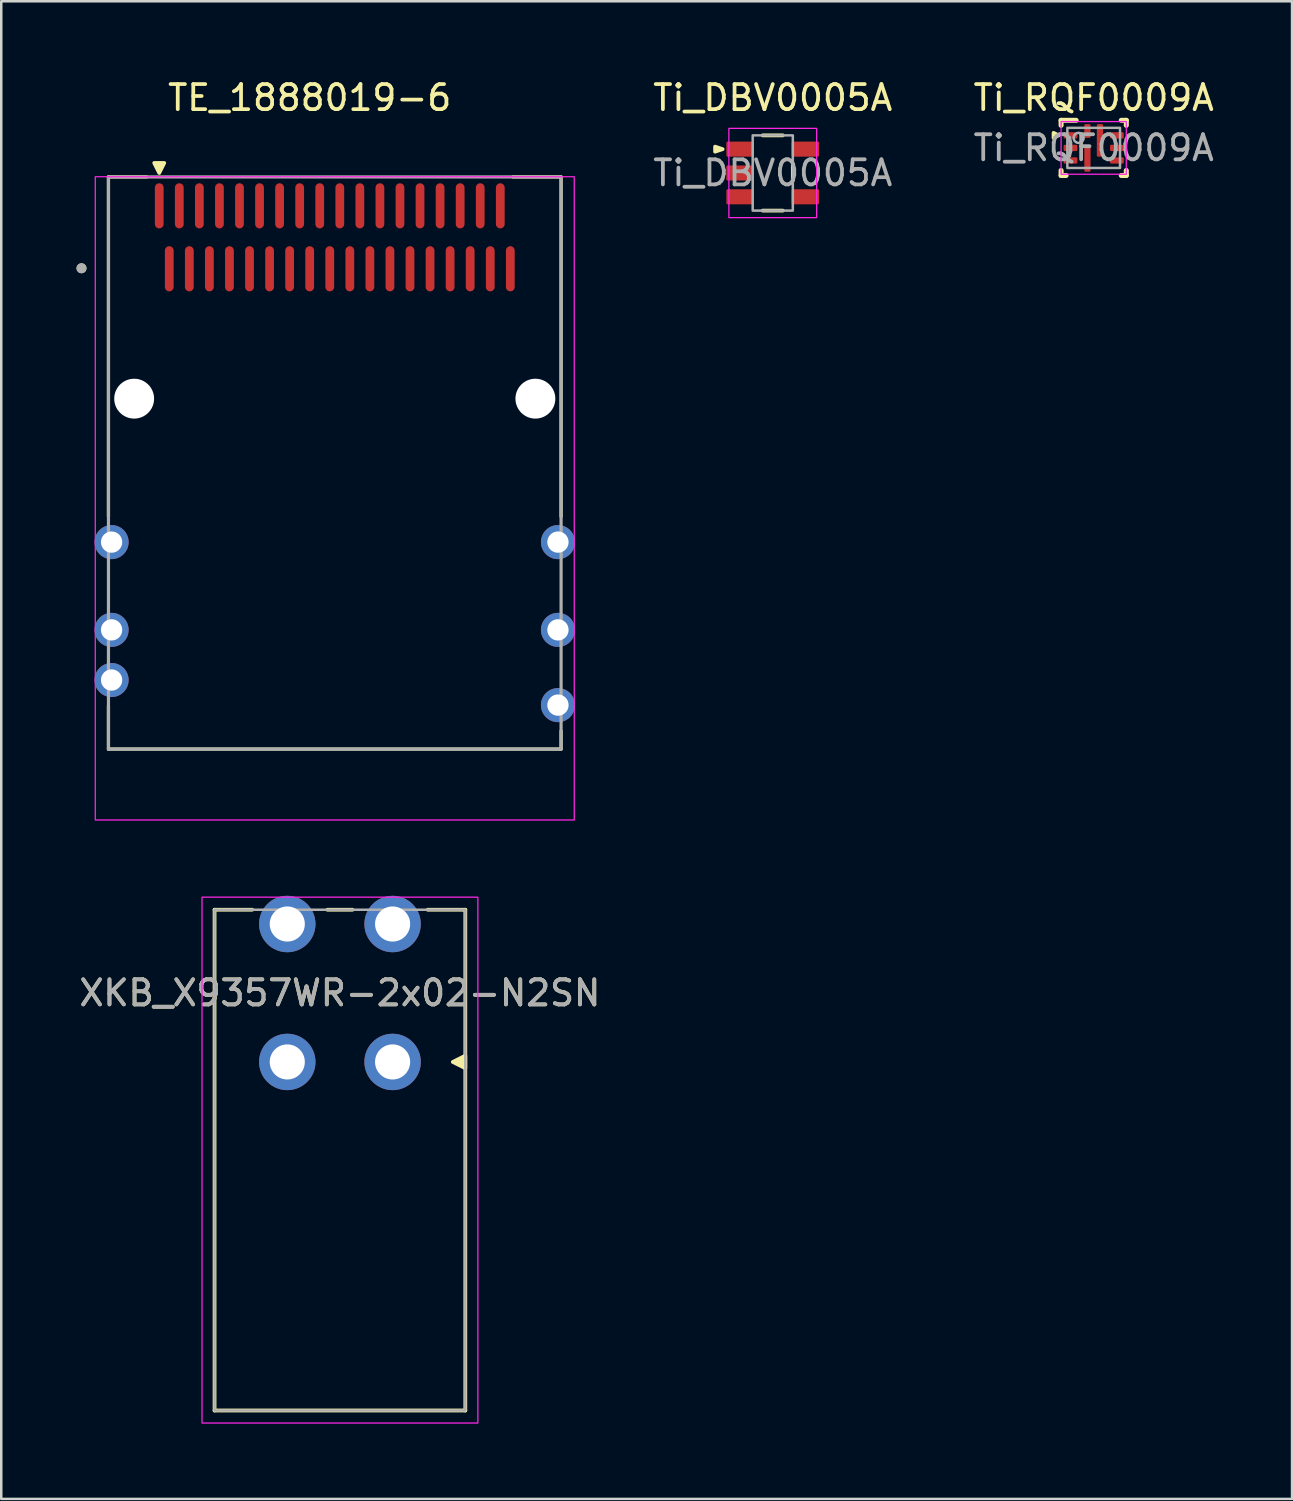
<source format=kicad_pcb>
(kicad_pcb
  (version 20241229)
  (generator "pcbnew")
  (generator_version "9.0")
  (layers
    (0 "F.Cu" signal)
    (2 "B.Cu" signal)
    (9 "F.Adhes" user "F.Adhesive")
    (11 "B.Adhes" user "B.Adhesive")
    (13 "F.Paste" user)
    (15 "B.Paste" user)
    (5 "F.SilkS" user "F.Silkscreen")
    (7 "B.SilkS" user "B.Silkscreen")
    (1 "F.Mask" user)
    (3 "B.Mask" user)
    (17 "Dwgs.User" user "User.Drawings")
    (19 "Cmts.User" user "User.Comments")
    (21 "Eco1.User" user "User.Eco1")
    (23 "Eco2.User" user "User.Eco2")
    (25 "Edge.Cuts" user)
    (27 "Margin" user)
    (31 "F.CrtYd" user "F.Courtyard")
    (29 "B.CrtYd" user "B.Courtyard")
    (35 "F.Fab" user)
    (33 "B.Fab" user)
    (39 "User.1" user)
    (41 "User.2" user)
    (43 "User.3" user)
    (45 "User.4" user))
  (footprint "XKB_X9357WR-2x02-N2SN"
    (layer "F.Cu")
    (at 10.506 36.548)
    (property "Reference" "XKB_X9357WR-2x02-N2SN" (at 0 0 0) (unlocked yes) (layer "F.SilkS") (effects (font (size 1 1) (thickness 0.15))))
    (attr through_hole)
    (fp_line (start -5 -3.32) (end -5 16.65) (stroke (width 0.15) (type default)) (layer "F.SilkS"))
    (fp_line (start -5 16.65) (end 5 16.65) (stroke (width 0.15) (type default)) (layer "F.SilkS"))
    (fp_line (start -3.5 -3.32) (end -5 -3.32) (stroke (width 0.15) (type default)) (layer "F.SilkS"))
    (fp_line (start -0.5 -3.32) (end 0.5 -3.32) (stroke (width 0.15) (type default)) (layer "F.SilkS"))
    (fp_line (start 5 -3.32) (end 3.5 -3.32) (stroke (width 0.15) (type default)) (layer "F.SilkS"))
    (fp_line (start 5 16.65) (end 5 -3.32) (stroke (width 0.15) (type default)) (layer "F.SilkS"))
    (fp_poly (pts (xy 5 2.5) (xy 4.5 2.75) (xy 5 3)) (stroke (width 0.15) (type solid)) (fill yes) (layer "F.SilkS"))
    (fp_rect (start -5.5 -3.82) (end 5.5 17.15) (stroke (width 0.05) (type default)) (fill no) (layer "F.CrtYd"))
    (fp_rect (start -5 -3.32) (end 5 16.65) (stroke (width 0.1) (type default)) (fill no) (layer "F.Fab"))
    (fp_text user "${REFERENCE}" (at 0 0 0) (unlocked yes) (layer "F.Fab") (effects (font (size 1 1) (thickness 0.15))))
    (pad "1" thru_hole circle (at 2.1 2.75) (size 2.25 2.25) (drill 1.4) (layers "*.Cu" "*.Mask"))
    (pad "2" thru_hole circle (at -2.1 2.75) (size 2.25 2.25) (drill 1.4) (layers "*.Cu" "*.Mask"))
    (pad "3" thru_hole circle (at 2.1 -2.75) (size 2.25 2.25) (drill 1.4) (layers "*.Cu" "*.Mask"))
    (pad "4" thru_hole circle (at -2.1 -2.75) (size 2.25 2.25) (drill 1.4) (layers "*.Cu" "*.Mask")))
  (footprint "TE_1888019-6"
    (layer "F.Cu")
    (at 10.3 12.848)
    (property "Reference" "TE_1888019-6" (at -1 -12 0) (layer "F.SilkS") (effects (font (size 1 1) (thickness 0.15))))
    (attr smd)
    (fp_line (start -9.025 -8.842) (end -7.5 -8.842) (stroke (width 0.127) (type solid)) (layer "F.SilkS"))
    (fp_line (start -9.025 4.7) (end -9.025 -8.842) (stroke (width 0.127) (type solid)) (layer "F.SilkS"))
    (fp_line (start -9.025 13.974) (end -9.025 12.25) (stroke (width 0.127) (type solid)) (layer "F.SilkS"))
    (fp_line (start 9.025 -8.842) (end 7.1 -8.842) (stroke (width 0.127) (type solid)) (layer "F.SilkS"))
    (fp_line (start 9.025 -8.842) (end 9.025 4.7) (stroke (width 0.127) (type solid)) (layer "F.SilkS"))
    (fp_line (start 9.025 13.25) (end 9.025 13.974) (stroke (width 0.127) (type solid)) (layer "F.SilkS"))
    (fp_line (start 9.025 13.974) (end -9.025 13.974) (stroke (width 0.127) (type solid)) (layer "F.SilkS"))
    (fp_circle (center -10.1 -5.2) (end -10 -5.2) (stroke (width 0.2) (type solid)) (fill no) (layer "F.SilkS"))
    (fp_poly (pts (xy -7 -9) (xy -6.8 -9.4) (xy -7.2 -9.4)) (stroke (width 0.15) (type solid)) (fill yes) (layer "F.SilkS"))
    (fp_rect (start -9.55 -8.85) (end 9.55 16.8) (stroke (width 0.05) (type default)) (fill no) (layer "F.CrtYd"))
    (fp_line (start -9.025 -8.842) (end 9.025 -8.842) (stroke (width 0.127) (type solid)) (layer "F.Fab"))
    (fp_line (start -9.025 13.974) (end -9.025 -8.842) (stroke (width 0.127) (type solid)) (layer "F.Fab"))
    (fp_line (start 9.025 -8.842) (end 9.025 13.974) (stroke (width 0.127) (type solid)) (layer "F.Fab"))
    (fp_line (start 9.025 13.974) (end -9.025 13.974) (stroke (width 0.127) (type solid)) (layer "F.Fab"))
    (fp_circle (center -10.1 -5.2) (end -10 -5.2) (stroke (width 0.2) (type solid)) (fill no) (layer "F.Fab"))
    (pad "" np_thru_hole circle (at -8 0) (size 1.59 1.59) (drill 1.59) (layers "*.Cu" "*.Mask"))
    (pad "" np_thru_hole circle (at 8 0) (size 1.59 1.59) (drill 1.59) (layers "*.Cu" "*.Mask"))
    (pad "A1" smd oval (at -6.6 -5.18) (size 0.35 1.8) (layers "F.Cu" "F.Mask" "F.Paste"))
    (pad "A2" smd oval (at -5.8 -5.18) (size 0.35 1.8) (layers "F.Cu" "F.Mask" "F.Paste"))
    (pad "A3" smd oval (at -5 -5.18) (size 0.35 1.8) (layers "F.Cu" "F.Mask" "F.Paste"))
    (pad "A4" smd oval (at -4.2 -5.18) (size 0.35 1.8) (layers "F.Cu" "F.Mask" "F.Paste"))
    (pad "A5" smd oval (at -3.4 -5.18) (size 0.35 1.8) (layers "F.Cu" "F.Mask" "F.Paste"))
    (pad "A6" smd oval (at -2.6 -5.18) (size 0.35 1.8) (layers "F.Cu" "F.Mask" "F.Paste"))
    (pad "A7" smd oval (at -1.8 -5.18) (size 0.35 1.8) (layers "F.Cu" "F.Mask" "F.Paste"))
    (pad "A8" smd oval (at -1 -5.18) (size 0.35 1.8) (layers "F.Cu" "F.Mask" "F.Paste"))
    (pad "A9" smd oval (at -0.2 -5.18) (size 0.35 1.8) (layers "F.Cu" "F.Mask" "F.Paste"))
    (pad "A10" smd oval (at 0.6 -5.18) (size 0.35 1.8) (layers "F.Cu" "F.Mask" "F.Paste"))
    (pad "A11" smd oval (at 1.4 -5.18) (size 0.35 1.8) (layers "F.Cu" "F.Mask" "F.Paste"))
    (pad "A12" smd oval (at 2.2 -5.18) (size 0.35 1.8) (layers "F.Cu" "F.Mask" "F.Paste"))
    (pad "A13" smd oval (at 3 -5.18) (size 0.35 1.8) (layers "F.Cu" "F.Mask" "F.Paste"))
    (pad "A14" smd oval (at 3.8 -5.18) (size 0.35 1.8) (layers "F.Cu" "F.Mask" "F.Paste"))
    (pad "A15" smd oval (at 4.6 -5.18) (size 0.35 1.8) (layers "F.Cu" "F.Mask" "F.Paste"))
    (pad "A16" smd oval (at 5.4 -5.18) (size 0.35 1.8) (layers "F.Cu" "F.Mask" "F.Paste"))
    (pad "A17" smd oval (at 6.2 -5.18) (size 0.35 1.8) (layers "F.Cu" "F.Mask" "F.Paste"))
    (pad "A18" smd oval (at 7 -5.18) (size 0.35 1.8) (layers "F.Cu" "F.Mask" "F.Paste"))
    (pad "B1" smd oval (at -7 -7.69) (size 0.35 1.8) (layers "F.Cu" "F.Mask" "F.Paste"))
    (pad "B2" smd oval (at -6.2 -7.69) (size 0.35 1.8) (layers "F.Cu" "F.Mask" "F.Paste"))
    (pad "B3" smd oval (at -5.4 -7.69) (size 0.35 1.8) (layers "F.Cu" "F.Mask" "F.Paste"))
    (pad "B4" smd oval (at -4.6 -7.69) (size 0.35 1.8) (layers "F.Cu" "F.Mask" "F.Paste"))
    (pad "B5" smd oval (at -3.8 -7.69) (size 0.35 1.8) (layers "F.Cu" "F.Mask" "F.Paste"))
    (pad "B6" smd oval (at -3 -7.69) (size 0.35 1.8) (layers "F.Cu" "F.Mask" "F.Paste"))
    (pad "B7" smd oval (at -2.2 -7.69) (size 0.35 1.8) (layers "F.Cu" "F.Mask" "F.Paste"))
    (pad "B8" smd oval (at -1.4 -7.69) (size 0.35 1.8) (layers "F.Cu" "F.Mask" "F.Paste"))
    (pad "B9" smd oval (at -0.6 -7.69) (size 0.35 1.8) (layers "F.Cu" "F.Mask" "F.Paste"))
    (pad "B10" smd oval (at 0.2 -7.69) (size 0.35 1.8) (layers "F.Cu" "F.Mask" "F.Paste"))
    (pad "B11" smd oval (at 1 -7.69) (size 0.35 1.8) (layers "F.Cu" "F.Mask" "F.Paste"))
    (pad "B12" smd oval (at 1.8 -7.69) (size 0.35 1.8) (layers "F.Cu" "F.Mask" "F.Paste"))
    (pad "B13" smd oval (at 2.6 -7.69) (size 0.35 1.8) (layers "F.Cu" "F.Mask" "F.Paste"))
    (pad "B14" smd oval (at 3.4 -7.69) (size 0.35 1.8) (layers "F.Cu" "F.Mask" "F.Paste"))
    (pad "B15" smd oval (at 4.2 -7.69) (size 0.35 1.8) (layers "F.Cu" "F.Mask" "F.Paste"))
    (pad "B16" smd oval (at 5 -7.69) (size 0.35 1.8) (layers "F.Cu" "F.Mask" "F.Paste"))
    (pad "B17" smd oval (at 5.8 -7.69) (size 0.35 1.8) (layers "F.Cu" "F.Mask" "F.Paste"))
    (pad "B18" smd oval (at 6.6 -7.69) (size 0.35 1.8) (layers "F.Cu" "F.Mask" "F.Paste"))
    (pad "S1" thru_hole circle (at -8.9 5.72) (size 1.358 1.358) (drill 0.85) (layers "*.Cu" "*.Mask"))
    (pad "S2" thru_hole circle (at 8.9 5.72) (size 1.358 1.358) (drill 0.85) (layers "*.Cu" "*.Mask"))
    (pad "S3" thru_hole circle (at -8.9 9.22) (size 1.358 1.358) (drill 0.85) (layers "*.Cu" "*.Mask"))
    (pad "S4" thru_hole circle (at 8.9 9.22) (size 1.358 1.358) (drill 0.85) (layers "*.Cu" "*.Mask"))
    (pad "S5" thru_hole circle (at -8.9 11.22) (size 1.358 1.358) (drill 0.85) (layers "*.Cu" "*.Mask"))
    (pad "S6" thru_hole circle (at 8.9 12.22) (size 1.358 1.358) (drill 0.85) (layers "*.Cu" "*.Mask")))
  (footprint "Ti_RQF0009A"
    (layer "F.Cu")
    (at 40.564 2.848)
    (property "Reference" "Ti_RQF0009A" (at 0 -2 0) (unlocked yes) (layer "F.SilkS") (effects (font (size 1 1) (thickness 0.15))))
    (attr smd)
    (fp_line (start -1.3 -1.1) (end -0.7 -1.1) (stroke (width 0.2) (type solid)) (layer "F.SilkS"))
    (fp_line (start -1.3 -0.9) (end -1.3 -1.1) (stroke (width 0.2) (type solid)) (layer "F.SilkS"))
    (fp_line (start -1.3 1.1) (end -1.3 0.9) (stroke (width 0.2) (type solid)) (layer "F.SilkS"))
    (fp_line (start -1.3 1.1) (end -1.1 1.1) (stroke (width 0.2) (type solid)) (layer "F.SilkS"))
    (fp_line (start 1.1 -1.1) (end 1.3 -1.1) (stroke (width 0.2) (type solid)) (layer "F.SilkS"))
    (fp_line (start 1.1 1.1) (end 1.3 1.1) (stroke (width 0.2) (type solid)) (layer "F.SilkS"))
    (fp_line (start 1.3 -0.9) (end 1.3 -1.1) (stroke (width 0.2) (type solid)) (layer "F.SilkS"))
    (fp_line (start 1.3 1.1) (end 1.3 0.9) (stroke (width 0.2) (type solid)) (layer "F.SilkS"))
    (fp_poly (pts (xy -1.6 -0.6) (xy -1.6 -0.4) (xy -1.4 -0.5)) (stroke (width 0.15) (type solid)) (fill yes) (layer "F.SilkS"))
    (fp_rect (start -1.3 -1.05) (end 1.3 1.05) (stroke (width 0.05) (type default)) (fill no) (layer "F.CrtYd"))
    (fp_rect (start -1.05 -0.8) (end 1.05 0.8) (stroke (width 0.1) (type default)) (fill no) (layer "F.Fab"))
    (fp_circle (center -0.6 -0.4) (end -0.4 -0.4) (stroke (width 0.1) (type solid)) (fill no) (layer "F.Fab"))
    (fp_text user "${REFERENCE}" (at 0 0 0) (unlocked yes) (layer "F.Fab") (effects (font (size 1 1) (thickness 0.15))))
    (pad "1" smd roundrect (at -0.925 -0.5) (size 0.55 0.25) (layers "F.Cu" "F.Mask" "F.Paste") (roundrect_rratio 0.2))
    (pad "2" smd roundrect (at -0.925 0) (size 0.55 0.25) (layers "F.Cu" "F.Mask" "F.Paste") (roundrect_rratio 0.2))
    (pad "3" smd roundrect (at -0.925 0.5) (size 0.55 0.25) (layers "F.Cu" "F.Mask" "F.Paste") (roundrect_rratio 0.2))
    (pad "4" smd roundrect (at -0.25 0.45 180) (size 0.25 1) (layers "F.Cu" "F.Mask" "F.Paste") (roundrect_rratio 0.2))
    (pad "5" smd roundrect (at 0.925 0.5) (size 0.55 0.25) (layers "F.Cu" "F.Mask" "F.Paste") (roundrect_rratio 0.2))
    (pad "6" smd roundrect (at 0.925 0) (size 0.55 0.25) (layers "F.Cu" "F.Mask" "F.Paste") (roundrect_rratio 0.2))
    (pad "7" smd roundrect (at 0.925 -0.5) (size 0.55 0.25) (layers "F.Cu" "F.Mask" "F.Paste") (roundrect_rratio 0.2))
    (pad "8" smd roundrect (at 0.25 -0.3 180) (size 0.25 1.3) (layers "F.Cu" "F.Mask" "F.Paste") (roundrect_rratio 0.2))
    (pad "9" smd roundrect (at -0.25 -0.675 180) (size 0.25 0.55) (layers "F.Cu" "F.Mask" "F.Paste") (roundrect_rratio 0.2)))
  (footprint "Ti_DBV0005A"
    (layer "F.Cu")
    (at 27.766 3.848)
    (property "Reference" "Ti_DBV0005A" (at 0 -3 0) (unlocked yes) (layer "F.SilkS") (effects (font (size 1 1) (thickness 0.15))))
    (attr smd)
    (fp_line (start -0.4 -1.5) (end 0.4 -1.5) (stroke (width 0.15) (type solid)) (layer "F.SilkS"))
    (fp_line (start -0.4 1.5) (end 0.4 1.5) (stroke (width 0.15) (type solid)) (layer "F.SilkS"))
    (fp_line (start 0.8 0.3) (end 0.8 -0.3) (stroke (width 0.15) (type solid)) (layer "F.SilkS"))
    (fp_poly (pts (xy -2 -0.95) (xy -2.3 -1.05) (xy -2.3 -0.85)) (stroke (width 0.15) (type solid)) (fill yes) (layer "F.SilkS"))
    (fp_rect (start -1.75 -1.78) (end 1.75 1.78) (stroke (width 0.05) (type default)) (fill no) (layer "F.CrtYd"))
    (fp_rect (start -0.8 -1.5) (end 0.8 1.5) (stroke (width 0.1) (type default)) (fill no) (layer "F.Fab"))
    (fp_text user "${REFERENCE}" (at 0 0 0) (unlocked yes) (layer "F.Fab") (effects (font (size 1 1) (thickness 0.15))))
    (pad "1" smd roundrect (at -1.3 -0.95) (size 1.1 0.6) (layers "F.Cu" "F.Mask" "F.Paste") (roundrect_rratio 0.083))
    (pad "2" smd roundrect (at -1.3 0) (size 1.1 0.6) (layers "F.Cu" "F.Mask" "F.Paste") (roundrect_rratio 0.083))
    (pad "3" smd roundrect (at -1.3 0.95) (size 1.1 0.6) (layers "F.Cu" "F.Mask" "F.Paste") (roundrect_rratio 0.083))
    (pad "4" smd roundrect (at 1.3 0.95) (size 1.1 0.6) (layers "F.Cu" "F.Mask" "F.Paste") (roundrect_rratio 0.083))
    (pad "5" smd roundrect (at 1.3 -0.95) (size 1.1 0.6) (layers "F.Cu" "F.Mask" "F.Paste") (roundrect_rratio 0.083)))
  (gr_rect
    (start -3 -3)
    (end 48.474 56.723)
    (stroke (width 0.1) (type default))
    (fill no)
    (layer "Edge.Cuts")))
</source>
